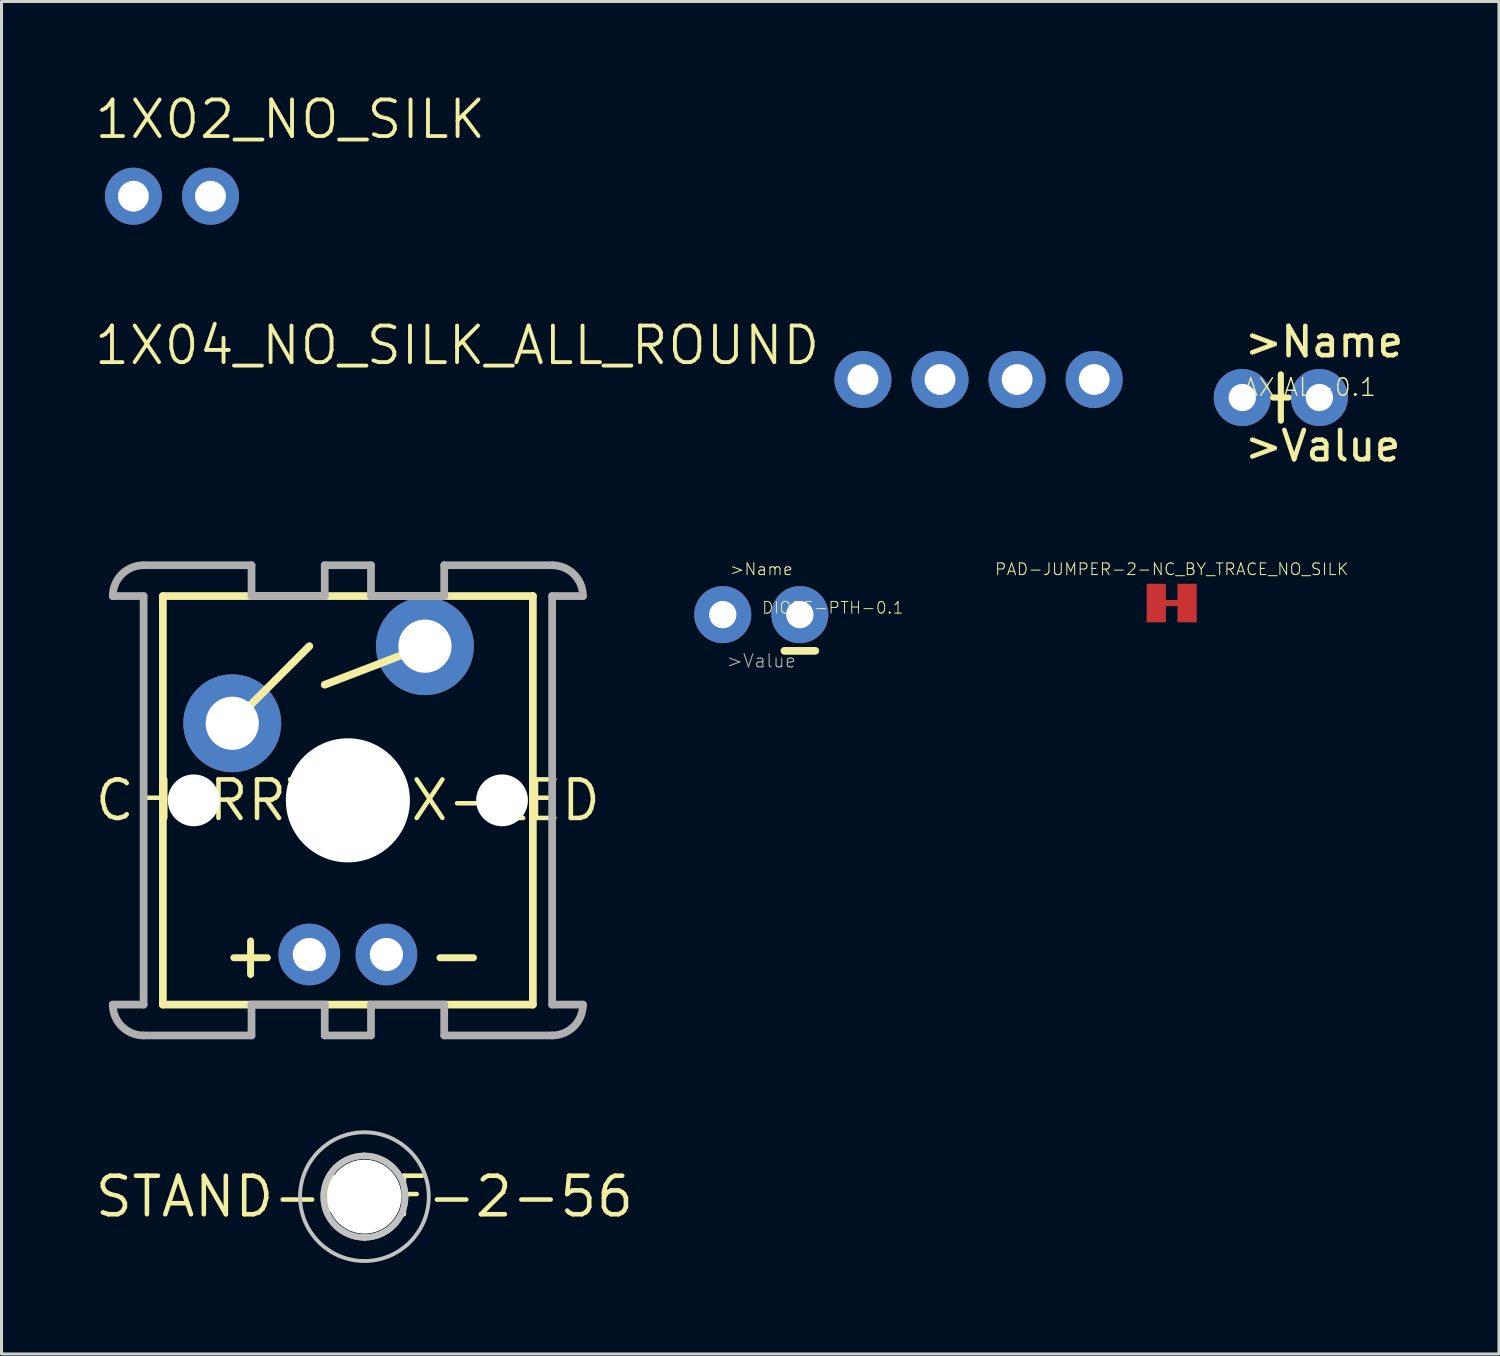
<source format=kicad_pcb>
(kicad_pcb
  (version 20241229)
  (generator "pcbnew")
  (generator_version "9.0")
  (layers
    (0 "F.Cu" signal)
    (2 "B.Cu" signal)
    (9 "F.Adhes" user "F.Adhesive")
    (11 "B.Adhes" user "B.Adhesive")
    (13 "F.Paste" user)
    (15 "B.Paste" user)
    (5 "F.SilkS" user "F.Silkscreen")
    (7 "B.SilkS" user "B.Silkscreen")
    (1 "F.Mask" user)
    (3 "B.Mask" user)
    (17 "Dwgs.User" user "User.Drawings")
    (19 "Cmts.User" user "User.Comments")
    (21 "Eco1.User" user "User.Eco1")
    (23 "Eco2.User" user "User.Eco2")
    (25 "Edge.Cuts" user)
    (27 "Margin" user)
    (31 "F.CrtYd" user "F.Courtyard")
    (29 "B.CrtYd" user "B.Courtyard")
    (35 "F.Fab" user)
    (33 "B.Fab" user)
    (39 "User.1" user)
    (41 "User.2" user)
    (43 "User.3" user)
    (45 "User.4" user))
  (footprint "1X02_NO_SILK"
    (layer "F.Cu")
    (at 1.346 3.416)
    (property "Reference" "1X02_NO_SILK" (at -1.346 -1.829 0) (layer "F.SilkS") (effects (font (size 1.206 1.206) (thickness 0.127)) (justify left bottom)))
    (attr through_hole)
    (fp_poly (pts (xy -0.254 0.254) (xy 0.254 0.254) (xy 0.254 -0.254) (xy -0.254 -0.254)) (stroke (width 0.1) (type solid)) (fill no) (layer "F.Fab"))
    (fp_poly (pts (xy 2.286 0.254) (xy 2.794 0.254) (xy 2.794 -0.254) (xy 2.286 -0.254)) (stroke (width 0.1) (type solid)) (fill no) (layer "F.Fab"))
    (pad "1" thru_hole circle (at 0 0 90) (size 1.88 1.88) (drill 1.016) (layers "*.Cu" "*.Mask"))
    (pad "2" thru_hole circle (at 2.54 0 90) (size 1.88 1.88) (drill 1.016) (layers "*.Cu" "*.Mask")))
  (footprint "STAND-OFF-2-56"
    (layer "F.Cu")
    (at 8.958 36.382)
    (property "Reference" "STAND-OFF-2-56" (at 0 0 0) (layer "F.SilkS") (effects (font (size 1.27 1.27) (thickness 0.15))))
    (attr through_hole)
    (fp_arc (start 0 -1.3462) (mid 1.3462 0) (end 0 1.3462) (stroke (width 0.2032) (type solid)) (layer "Dwgs.User"))
    (fp_arc (start 0 -1.3462) (mid 1.3462 0) (end 0 1.3462) (stroke (width 0.2032) (type solid)) (layer "Dwgs.User"))
    (fp_arc (start 0 1.3462) (mid -1.3462 0) (end 0 -1.3462) (stroke (width 0.2032) (type solid)) (layer "Dwgs.User"))
    (fp_arc (start 0 1.3462) (mid -1.3462 0) (end 0 -1.3462) (stroke (width 0.2032) (type solid)) (layer "Dwgs.User"))
    (fp_circle (center 0 0) (end 2.121 0) (stroke (width 0.127) (type solid)) (fill no) (layer "Dwgs.User"))
    (pad "" np_thru_hole circle (at 0 0) (size 2.438 2.438) (drill 2.438) (layers "*.Cu" "*.Mask")))
  (footprint "DIODE-PTH-0.1"
    (layer "F.Cu")
    (at 22.037 17.203)
    (property "Reference" "DIODE-PTH-0.1" (at 0 0 0) (layer "F.SilkS") (effects (font (size 0.386 0.386) (thickness 0.031)) (justify left bottom)))
    (attr through_hole)
    (fp_line (start 0.762 1.194) (end 1.778 1.194) (stroke (width 0.254) (type solid)) (layer "F.SilkS"))
    (fp_text user ">Name" (at 0 -1.27 0) (layer "F.SilkS") (effects (font (size 0.386 0.386) (thickness 0.033)) (justify bottom)))
    (fp_text user ">Value" (at 0 1.27 0) (layer "F.Fab") (effects (font (size 0.434 0.434) (thickness 0.037)) (justify top)))
    (pad "A" thru_hole circle (at -1.27 0) (size 1.88 1.88) (drill 0.9) (layers "*.Cu" "*.Mask"))
    (pad "C" thru_hole circle (at 1.27 0) (size 1.88 1.88) (drill 0.9) (layers "*.Cu" "*.Mask")))
  (footprint "CHERRY-MX-LED"
    (layer "F.Cu")
    (at 8.413 23.323)
    (property "Reference" "CHERRY-MX-LED" (at 0 0 0) (layer "F.SilkS") (effects (font (size 1.27 1.27) (thickness 0.15))))
    (attr through_hole)
    (fp_line (start -6.096 -6.731) (end 6.096 -6.731) (stroke (width 0.254) (type solid)) (layer "F.SilkS"))
    (fp_line (start -6.096 6.731) (end -6.096 -6.731) (stroke (width 0.254) (type solid)) (layer "F.SilkS"))
    (fp_line (start -3.81 -2.54) (end -1.27 -5.08) (stroke (width 0.254) (type solid)) (layer "F.SilkS"))
    (fp_line (start 2.54 -5.08) (end -0.762 -3.81) (stroke (width 0.254) (type solid)) (layer "F.SilkS"))
    (fp_line (start 6.096 -6.731) (end 6.096 6.731) (stroke (width 0.254) (type solid)) (layer "F.SilkS"))
    (fp_line (start 6.096 6.731) (end -6.096 6.731) (stroke (width 0.254) (type solid)) (layer "F.SilkS"))
    (fp_line (start -6.731 -7.747) (end -3.175 -7.747) (stroke (width 0.254) (type solid)) (layer "F.Fab"))
    (fp_line (start -6.731 -6.731) (end -7.747 -6.731) (stroke (width 0.254) (type solid)) (layer "F.Fab"))
    (fp_line (start -6.731 6.731) (end -7.747 6.731) (stroke (width 0.254) (type solid)) (layer "F.Fab"))
    (fp_line (start -6.731 6.731) (end -6.731 -6.731) (stroke (width 0.254) (type solid)) (layer "F.Fab"))
    (fp_line (start -6.731 7.747) (end -3.175 7.747) (stroke (width 0.254) (type solid)) (layer "F.Fab"))
    (fp_line (start -3.175 -7.747) (end -3.175 -6.731) (stroke (width 0.254) (type solid)) (layer "F.Fab"))
    (fp_line (start -3.175 -6.731) (end -0.762 -6.731) (stroke (width 0.254) (type solid)) (layer "F.Fab"))
    (fp_line (start -3.175 7.747) (end -3.175 6.731) (stroke (width 0.254) (type solid)) (layer "F.Fab"))
    (fp_line (start -0.762 -7.747) (end 0.762 -7.747) (stroke (width 0.254) (type solid)) (layer "F.Fab"))
    (fp_line (start -0.762 -6.731) (end -0.762 -7.747) (stroke (width 0.254) (type solid)) (layer "F.Fab"))
    (fp_line (start -0.762 6.731) (end -3.175 6.731) (stroke (width 0.254) (type solid)) (layer "F.Fab"))
    (fp_line (start -0.762 7.747) (end -0.762 6.731) (stroke (width 0.254) (type solid)) (layer "F.Fab"))
    (fp_line (start 0.762 -7.747) (end 0.762 -6.731) (stroke (width 0.254) (type solid)) (layer "F.Fab"))
    (fp_line (start 0.762 -6.731) (end 3.175 -6.731) (stroke (width 0.254) (type solid)) (layer "F.Fab"))
    (fp_line (start 0.762 6.731) (end 0.762 7.747) (stroke (width 0.254) (type solid)) (layer "F.Fab"))
    (fp_line (start 0.762 7.747) (end -0.762 7.747) (stroke (width 0.254) (type solid)) (layer "F.Fab"))
    (fp_line (start 3.175 -7.747) (end 3.175 -6.731) (stroke (width 0.254) (type solid)) (layer "F.Fab"))
    (fp_line (start 3.175 6.731) (end 0.762 6.731) (stroke (width 0.254) (type solid)) (layer "F.Fab"))
    (fp_line (start 3.175 7.747) (end 3.175 6.731) (stroke (width 0.254) (type solid)) (layer "F.Fab"))
    (fp_line (start 6.731 -7.747) (end 3.175 -7.747) (stroke (width 0.254) (type solid)) (layer "F.Fab"))
    (fp_line (start 6.731 -6.731) (end 6.731 6.731) (stroke (width 0.254) (type solid)) (layer "F.Fab"))
    (fp_line (start 6.731 -6.731) (end 7.747 -6.731) (stroke (width 0.254) (type solid)) (layer "F.Fab"))
    (fp_line (start 6.731 6.731) (end 7.747 6.731) (stroke (width 0.254) (type solid)) (layer "F.Fab"))
    (fp_line (start 6.731 7.747) (end 3.175 7.747) (stroke (width 0.254) (type solid)) (layer "F.Fab"))
    (fp_arc (start -7.747 -6.731) (mid -7.44942 -7.44942) (end -6.731 -7.747) (stroke (width 0.254) (type solid)) (layer "F.Fab"))
    (fp_arc (start -6.731 7.747) (mid -7.44942 7.44942) (end -7.747 6.731) (stroke (width 0.254) (type solid)) (layer "F.Fab"))
    (fp_arc (start 6.731 -7.747) (mid 7.44942 -7.44942) (end 7.747 -6.731) (stroke (width 0.254) (type solid)) (layer "F.Fab"))
    (fp_arc (start 7.747 6.731) (mid 7.44942 7.44942) (end 6.731 7.747) (stroke (width 0.254) (type solid)) (layer "F.Fab"))
    (fp_text user "+" (at -2.159 5.08 0) (layer "F.SilkS") (effects (font (size 1.448 1.448) (thickness 0.229)) (justify right)))
    (fp_text user "-" (at 2.54 5.08 0) (layer "F.SilkS") (effects (font (size 1.448 1.448) (thickness 0.229)) (justify left)))
    (pad "" np_thru_hole circle (at -5.08 0) (size 1.707 1.707) (drill 1.707) (layers "*.Cu" "*.Mask"))
    (pad "" np_thru_hole circle (at 0 0) (size 4.089 4.089) (drill 4.089) (layers "*.Cu" "*.Mask"))
    (pad "" np_thru_hole circle (at 5.08 0) (size 1.707 1.707) (drill 1.707) (layers "*.Cu" "*.Mask"))
    (pad "A" thru_hole circle (at -1.27 5.08) (size 2.032 2.032) (drill 1.092) (layers "*.Cu" "*.Mask"))
    (pad "K" thru_hole circle (at 1.27 5.08) (size 2.032 2.032) (drill 1.092) (layers "*.Cu" "*.Mask"))
    (pad "S1" thru_hole circle (at -3.81 -2.54) (size 3.226 3.226) (drill 1.753) (layers "*.Cu" "*.Mask"))
    (pad "S2" thru_hole circle (at 2.54 -5.08) (size 3.226 3.226) (drill 1.753) (layers "*.Cu" "*.Mask")))
  (footprint "1X04_NO_SILK_ALL_ROUND"
    (layer "F.Cu")
    (at 25.386 9.455)
    (property "Reference" "1X04_NO_SILK_ALL_ROUND" (at -1.346 -1.829 0) (layer "F.SilkS") (effects (font (size 1.206 1.206) (thickness 0.127)) (justify right top)))
    (attr through_hole)
    (fp_poly (pts (xy -0.254 0.254) (xy 0.254 0.254) (xy 0.254 -0.254) (xy -0.254 -0.254)) (stroke (width 0.1) (type solid)) (fill no) (layer "F.Fab"))
    (fp_poly (pts (xy 2.286 0.254) (xy 2.794 0.254) (xy 2.794 -0.254) (xy 2.286 -0.254)) (stroke (width 0.1) (type solid)) (fill no) (layer "F.Fab"))
    (fp_poly (pts (xy 4.826 0.254) (xy 5.334 0.254) (xy 5.334 -0.254) (xy 4.826 -0.254)) (stroke (width 0.1) (type solid)) (fill no) (layer "F.Fab"))
    (fp_poly (pts (xy 7.366 0.254) (xy 7.874 0.254) (xy 7.874 -0.254) (xy 7.366 -0.254)) (stroke (width 0.1) (type solid)) (fill no) (layer "F.Fab"))
    (pad "1" thru_hole circle (at 0 0 90) (size 1.88 1.88) (drill 1.016) (layers "*.Cu" "*.Mask"))
    (pad "2" thru_hole circle (at 2.54 0 90) (size 1.88 1.88) (drill 1.016) (layers "*.Cu" "*.Mask"))
    (pad "3" thru_hole circle (at 5.08 0 90) (size 1.88 1.88) (drill 1.016) (layers "*.Cu" "*.Mask"))
    (pad "4" thru_hole circle (at 7.62 0 90) (size 1.88 1.88) (drill 1.016) (layers "*.Cu" "*.Mask")))
  (footprint "AXIAL-0.1"
    (layer "F.Cu")
    (at 37.886 10.049)
    (property "Reference" "AXIAL-0.1" (at 0 0 0) (layer "F.SilkS") (effects (font (size 0.579 0.579) (thickness 0.046)) (justify left bottom)))
    (attr through_hole)
    (fp_line (start 1.27 0) (end 1.016 0) (stroke (width 0.203) (type solid)) (layer "F.SilkS"))
    (fp_line (start 1.27 0) (end 1.27 -0.762) (stroke (width 0.203) (type solid)) (layer "F.SilkS"))
    (fp_line (start 1.27 0.762) (end 1.27 0) (stroke (width 0.203) (type solid)) (layer "F.SilkS"))
    (fp_line (start 1.524 0) (end 1.27 0) (stroke (width 0.203) (type solid)) (layer "F.SilkS"))
    (fp_text user ">Name" (at 0 -1.27 0) (layer "F.SilkS") (effects (font (size 0.965 0.965) (thickness 0.152)) (justify left bottom)))
    (fp_text user ">Value" (at 0 2.159 0) (layer "F.SilkS") (effects (font (size 0.965 0.965) (thickness 0.152)) (justify left bottom)))
    (pad "P$1" thru_hole circle (at 0 0) (size 1.88 1.88) (drill 0.9) (layers "*.Cu" "*.Mask"))
    (pad "P$2" thru_hole circle (at 2.54 0) (size 1.88 1.88) (drill 0.9) (layers "*.Cu" "*.Mask")))
  (footprint "PAD-JUMPER-2-NC_BY_TRACE_NO_SILK"
    (layer "F.Cu")
    (at 35.56 16.822)
    (property "Reference" "PAD-JUMPER-2-NC_BY_TRACE_NO_SILK" (at 0 -0.889 0) (layer "F.SilkS") (effects (font (size 0.386 0.386) (thickness 0.033)) (justify bottom)))
    (attr through_hole)
    (fp_line (start -0.381 0) (end 0.381 0) (stroke (width 0.203) (type solid)) (layer "F.Cu"))
    (pad "1" smd rect (at -0.508 0) (size 0.635 1.27) (layers "F.Cu" "F.Mask"))
    (pad "2" smd rect (at 0.508 0) (size 0.635 1.27) (layers "F.Cu" "F.Mask")))
  (gr_rect
    (start -3 -3)
    (end 46.344 41.566)
    (stroke (width 0.1) (type default))
    (fill no)
    (layer "Edge.Cuts")))
</source>
